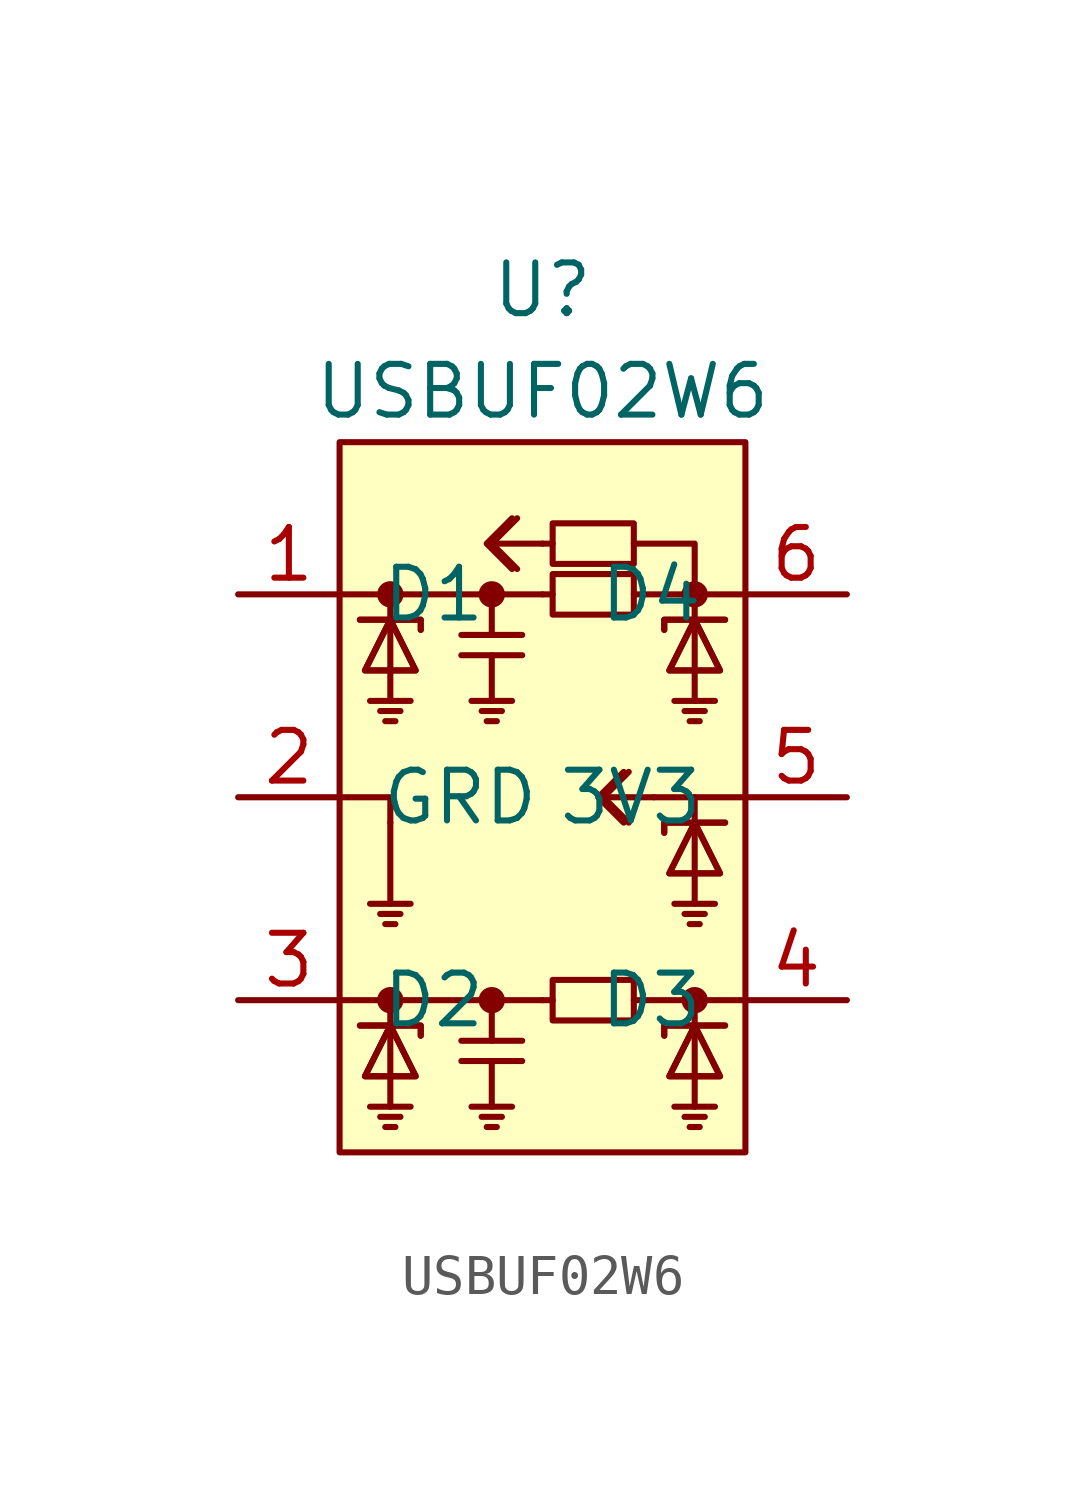
<source format=kicad_sym>
(kicad_symbol_lib
  (version 20211014)
  (generator kicad_symbol_editor)
  (symbol "USBUF02W6"
    (pin_names
      (offset 1.016))
    (property "Reference" "U"
      (at 0 12.7 0)
      (effects (font (size 1.27 1.27))))
    (property "Value" "USBUF02W6"
      (at 0 10.16 0)
      (effects (font (size 1.27 1.27))))
    (symbol "USBUF02W6_0_1"
      (polyline (pts (xy -3.81 -5.08) (xy -5.08 -5.08)) (stroke (width 0) (type default) (color 0 0 0 0)) (fill (type none)))
      (polyline (pts (xy -3.81 5.08) (xy -5.08 5.08)) (stroke (width 0) (type default) (color 0 0 0 0)) (fill (type none)))
      (polyline (pts (xy -2.032 -6.604) (xy -0.508 -6.604)) (stroke (width 0) (type default) (color 0 0 0 0)) (fill (type none)))
      (polyline (pts (xy -2.032 -6.096) (xy -0.508 -6.096)) (stroke (width 0) (type default) (color 0 0 0 0)) (fill (type none)))
      (polyline (pts (xy -1.27 -7.747) (xy -1.27 -6.604)) (stroke (width 0) (type default) (color 0 0 0 0)) (fill (type none)))
      (polyline (pts (xy -1.27 -6.096) (xy -1.27 -5.08)) (stroke (width 0) (type default) (color 0 0 0 0)) (fill (type none)))
      (polyline (pts (xy -1.27 -5.08) (xy 0 -5.08)) (stroke (width 0) (type default) (color 0 0 0 0)) (fill (type none)))
      (polyline (pts (xy 0.254 -5.08) (xy 0 -5.08)) (stroke (width 0) (type default) (color 0 0 0 0)) (fill (type none)))
      (polyline (pts (xy 3.302 -2.667) (xy 4.318 -2.667)) (stroke (width 0) (type default) (color 0 0 0 0)) (fill (type none)))
      (polyline (pts (xy 3.556 -2.921) (xy 4.064 -2.921)) (stroke (width 0) (type default) (color 0 0 0 0)) (fill (type none)))
      (polyline (pts (xy 3.683 -3.175) (xy 3.937 -3.175)) (stroke (width 0) (type default) (color 0 0 0 0)) (fill (type none)))
      (polyline (pts (xy 3.81 -5.08) (xy 2.286 -5.08)) (stroke (width 0) (type default) (color 0 0 0 0)) (fill (type none)))
      (polyline (pts (xy 3.81 -5.08) (xy 5.08 -5.08)) (stroke (width 0) (type default) (color 0 0 0 0)) (fill (type none)))
      (polyline (pts (xy 5.08 0) (xy 3.81 0)) (stroke (width 0) (type default) (color 0 0 0 0)) (fill (type none)))
      (polyline (pts (xy 5.08 5.08) (xy 3.81 5.08)) (stroke (width 0) (type default) (color 0 0 0 0)) (fill (type none)))
      (polyline (pts (xy -5.08 0) (xy -3.81 0) (xy -3.81 -0.635)) (stroke (width 0) (type default) (color 0 0 0 0)) (fill (type none)))
      (polyline (pts (xy 2.286 6.35) (xy 3.81 6.35) (xy 3.81 5.08)) (stroke (width 0) (type default) (color 0 0 0 0)) (fill (type none)))
      (polyline (pts (xy -1.27 6.35) (xy -0.635 6.985) (xy -1.27 6.35) (xy -0.635 5.715)) (stroke (width 0) (type default) (color 0 0 0 0)) (fill (type none)))
      (polyline (pts (xy 0.254 -4.572) (xy 2.286 -4.572) (xy 2.286 -5.588) (xy 0.254 -5.588) (xy 0.254 -4.572)) (stroke (width 0) (type default) (color 0 0 0 0)) (fill (type none)))
      (rectangle (start 5.08 8.89) (end -5.08 -8.89) (stroke (width 0) (type default) (color 0 0 0 0)) (fill (type background))))
    (symbol "USBUF02W6_1_1"
      (circle (center -3.81 -5.08) (radius 0.254) (stroke (width 0) (type default) (color 0 0 0 0)) (fill (type outline)))
      (circle (center -3.81 5.08) (radius 0.254) (stroke (width 0) (type default) (color 0 0 0 0)) (fill (type outline)))
      (circle (center -1.27 -5.08) (radius 0.254) (stroke (width 0) (type default) (color 0 0 0 0)) (fill (type outline)))
      (circle (center -1.27 5.08) (radius 0.254) (stroke (width 0) (type default) (color 0 0 0 0)) (fill (type outline)))
      (polyline (pts (xy -3.81 -5.715) (xy -3.81 -7.747)) (stroke (width 0) (type default) (color 0 0 0 0)) (fill (type none)))
      (polyline (pts (xy -3.81 -5.08) (xy -3.81 -5.715)) (stroke (width 0) (type default) (color 0 0 0 0)) (fill (type none)))
      (polyline (pts (xy -3.81 -5.08) (xy -1.27 -5.08)) (stroke (width 0) (type default) (color 0 0 0 0)) (fill (type none)))
      (polyline (pts (xy -3.81 -0.635) (xy -3.81 -2.667)) (stroke (width 0) (type default) (color 0 0 0 0)) (fill (type none)))
      (polyline (pts (xy -3.81 4.445) (xy -3.81 2.413)) (stroke (width 0) (type default) (color 0 0 0 0)) (fill (type none)))
      (polyline (pts (xy -3.81 5.08) (xy -3.81 4.445)) (stroke (width 0) (type default) (color 0 0 0 0)) (fill (type none)))
      (polyline (pts (xy -3.81 5.08) (xy -1.27 5.08)) (stroke (width 0) (type default) (color 0 0 0 0)) (fill (type none)))
      (polyline (pts (xy -3.683 -8.255) (xy -3.937 -8.255)) (stroke (width 0) (type default) (color 0 0 0 0)) (fill (type none)))
      (polyline (pts (xy -3.683 -3.175) (xy -3.937 -3.175)) (stroke (width 0) (type default) (color 0 0 0 0)) (fill (type none)))
      (polyline (pts (xy -3.683 1.905) (xy -3.937 1.905)) (stroke (width 0) (type default) (color 0 0 0 0)) (fill (type none)))
      (polyline (pts (xy -3.556 -8.001) (xy -4.064 -8.001)) (stroke (width 0) (type default) (color 0 0 0 0)) (fill (type none)))
      (polyline (pts (xy -3.556 -2.921) (xy -4.064 -2.921)) (stroke (width 0) (type default) (color 0 0 0 0)) (fill (type none)))
      (polyline (pts (xy -3.556 2.159) (xy -4.064 2.159)) (stroke (width 0) (type default) (color 0 0 0 0)) (fill (type none)))
      (polyline (pts (xy -3.302 -7.747) (xy -4.318 -7.747)) (stroke (width 0) (type default) (color 0 0 0 0)) (fill (type none)))
      (polyline (pts (xy -3.302 -2.667) (xy -4.318 -2.667)) (stroke (width 0) (type default) (color 0 0 0 0)) (fill (type none)))
      (polyline (pts (xy -3.302 2.413) (xy -4.318 2.413)) (stroke (width 0) (type default) (color 0 0 0 0)) (fill (type none)))
      (polyline (pts (xy -2.032 3.556) (xy -0.508 3.556)) (stroke (width 0) (type default) (color 0 0 0 0)) (fill (type none)))
      (polyline (pts (xy -2.032 4.064) (xy -0.508 4.064)) (stroke (width 0) (type default) (color 0 0 0 0)) (fill (type none)))
      (polyline (pts (xy -1.778 -7.747) (xy -0.762 -7.747)) (stroke (width 0) (type default) (color 0 0 0 0)) (fill (type none)))
      (polyline (pts (xy -1.778 2.413) (xy -0.762 2.413)) (stroke (width 0) (type default) (color 0 0 0 0)) (fill (type none)))
      (polyline (pts (xy -1.524 -8.001) (xy -1.016 -8.001)) (stroke (width 0) (type default) (color 0 0 0 0)) (fill (type none)))
      (polyline (pts (xy -1.524 2.159) (xy -1.016 2.159)) (stroke (width 0) (type default) (color 0 0 0 0)) (fill (type none)))
      (polyline (pts (xy -1.397 -8.255) (xy -1.143 -8.255)) (stroke (width 0) (type default) (color 0 0 0 0)) (fill (type none)))
      (polyline (pts (xy -1.397 1.905) (xy -1.143 1.905)) (stroke (width 0) (type default) (color 0 0 0 0)) (fill (type none)))
      (polyline (pts (xy -1.27 2.413) (xy -1.27 3.556)) (stroke (width 0) (type default) (color 0 0 0 0)) (fill (type none)))
      (polyline (pts (xy -1.27 4.064) (xy -1.27 5.08)) (stroke (width 0) (type default) (color 0 0 0 0)) (fill (type none)))
      (polyline (pts (xy -1.27 5.08) (xy 0 5.08)) (stroke (width 0) (type default) (color 0 0 0 0)) (fill (type none)))
      (polyline (pts (xy -1.27 6.35) (xy 0 6.35)) (stroke (width 0) (type default) (color 0 0 0 0)) (fill (type none)))
      (polyline (pts (xy 0.254 5.08) (xy 0 5.08)) (stroke (width 0) (type default) (color 0 0 0 0)) (fill (type none)))
      (polyline (pts (xy 0.254 6.35) (xy 0 6.35)) (stroke (width 0) (type default) (color 0 0 0 0)) (fill (type none)))
      (polyline (pts (xy 1.524 0) (xy 2.794 0)) (stroke (width 0) (type default) (color 0 0 0 0)) (fill (type none)))
      (polyline (pts (xy 2.794 0) (xy 3.81 0)) (stroke (width 0) (type default) (color 0 0 0 0)) (fill (type none)))
      (polyline (pts (xy 3.302 -7.747) (xy 4.318 -7.747)) (stroke (width 0) (type default) (color 0 0 0 0)) (fill (type none)))
      (polyline (pts (xy 3.302 2.413) (xy 4.318 2.413)) (stroke (width 0) (type default) (color 0 0 0 0)) (fill (type none)))
      (polyline (pts (xy 3.556 -8.001) (xy 4.064 -8.001)) (stroke (width 0) (type default) (color 0 0 0 0)) (fill (type none)))
      (polyline (pts (xy 3.556 2.159) (xy 4.064 2.159)) (stroke (width 0) (type default) (color 0 0 0 0)) (fill (type none)))
      (polyline (pts (xy 3.683 -8.255) (xy 3.937 -8.255)) (stroke (width 0) (type default) (color 0 0 0 0)) (fill (type none)))
      (polyline (pts (xy 3.683 1.905) (xy 3.937 1.905)) (stroke (width 0) (type default) (color 0 0 0 0)) (fill (type none)))
      (polyline (pts (xy 3.81 -5.715) (xy 3.81 -7.747)) (stroke (width 0) (type default) (color 0 0 0 0)) (fill (type none)))
      (polyline (pts (xy 3.81 -5.08) (xy 3.81 -5.715)) (stroke (width 0) (type default) (color 0 0 0 0)) (fill (type none)))
      (polyline (pts (xy 3.81 -0.635) (xy 3.81 -2.667)) (stroke (width 0) (type default) (color 0 0 0 0)) (fill (type none)))
      (polyline (pts (xy 3.81 0) (xy 3.81 -0.635)) (stroke (width 0) (type default) (color 0 0 0 0)) (fill (type none)))
      (polyline (pts (xy 3.81 4.445) (xy 3.81 2.413)) (stroke (width 0) (type default) (color 0 0 0 0)) (fill (type none)))
      (polyline (pts (xy 3.81 5.08) (xy 2.286 5.08)) (stroke (width 0) (type default) (color 0 0 0 0)) (fill (type none)))
      (polyline (pts (xy 3.81 5.08) (xy 3.81 4.445)) (stroke (width 0) (type default) (color 0 0 0 0)) (fill (type none)))
      (polyline (pts (xy -3.81 -5.715) (xy -3.175 -6.985) (xy -4.445 -6.985) (xy -3.81 -5.715)) (stroke (width 0) (type default) (color 0 0 0 0)) (fill (type none)))
      (polyline (pts (xy -3.81 -5.715) (xy -3.175 -6.985) (xy -4.445 -6.985) (xy -3.81 -5.715)) (stroke (width 0) (type default) (color 0 0 0 0)) (fill (type none)))
      (polyline (pts (xy -3.81 4.445) (xy -3.175 3.175) (xy -4.445 3.175) (xy -3.81 4.445)) (stroke (width 0) (type default) (color 0 0 0 0)) (fill (type none)))
      (polyline (pts (xy -3.81 4.445) (xy -3.175 3.175) (xy -4.445 3.175) (xy -3.81 4.445)) (stroke (width 0) (type default) (color 0 0 0 0)) (fill (type none)))
      (polyline (pts (xy -3.048 -5.969) (xy -3.048 -5.715) (xy -4.445 -5.715) (xy -4.572 -5.715)) (stroke (width 0) (type default) (color 0 0 0 0)) (fill (type none)))
      (polyline (pts (xy -3.048 -5.969) (xy -3.048 -5.715) (xy -4.445 -5.715) (xy -4.572 -5.715)) (stroke (width 0) (type default) (color 0 0 0 0)) (fill (type none)))
      (polyline (pts (xy -3.048 4.191) (xy -3.048 4.445) (xy -4.445 4.445) (xy -4.572 4.445)) (stroke (width 0) (type default) (color 0 0 0 0)) (fill (type none)))
      (polyline (pts (xy -3.048 4.191) (xy -3.048 4.445) (xy -4.445 4.445) (xy -4.572 4.445)) (stroke (width 0) (type default) (color 0 0 0 0)) (fill (type none)))
      (polyline (pts (xy -1.397 6.35) (xy -0.762 6.985) (xy -1.397 6.35) (xy -0.762 5.715)) (stroke (width 0) (type default) (color 0 0 0 0)) (fill (type none)))
      (polyline (pts (xy 1.397 0) (xy 2.032 0.635) (xy 1.397 0) (xy 2.032 -0.635)) (stroke (width 0) (type default) (color 0 0 0 0)) (fill (type none)))
      (polyline (pts (xy 1.524 0) (xy 2.159 0.635) (xy 1.524 0) (xy 2.159 -0.635)) (stroke (width 0) (type default) (color 0 0 0 0)) (fill (type none)))
      (polyline (pts (xy 3.048 -5.969) (xy 3.048 -5.715) (xy 4.445 -5.715) (xy 4.572 -5.715)) (stroke (width 0) (type default) (color 0 0 0 0)) (fill (type none)))
      (polyline (pts (xy 3.048 -5.969) (xy 3.048 -5.715) (xy 4.445 -5.715) (xy 4.572 -5.715)) (stroke (width 0) (type default) (color 0 0 0 0)) (fill (type none)))
      (polyline (pts (xy 3.048 -0.889) (xy 3.048 -0.635) (xy 4.445 -0.635) (xy 4.572 -0.635)) (stroke (width 0) (type default) (color 0 0 0 0)) (fill (type none)))
      (polyline (pts (xy 3.048 -0.889) (xy 3.048 -0.635) (xy 4.445 -0.635) (xy 4.572 -0.635)) (stroke (width 0) (type default) (color 0 0 0 0)) (fill (type none)))
      (polyline (pts (xy 3.048 4.191) (xy 3.048 4.445) (xy 4.445 4.445) (xy 4.572 4.445)) (stroke (width 0) (type default) (color 0 0 0 0)) (fill (type none)))
      (polyline (pts (xy 3.048 4.191) (xy 3.048 4.445) (xy 4.445 4.445) (xy 4.572 4.445)) (stroke (width 0) (type default) (color 0 0 0 0)) (fill (type none)))
      (polyline (pts (xy 3.81 -5.715) (xy 3.175 -6.985) (xy 4.445 -6.985) (xy 3.81 -5.715)) (stroke (width 0) (type default) (color 0 0 0 0)) (fill (type none)))
      (polyline (pts (xy 3.81 -5.715) (xy 3.175 -6.985) (xy 4.445 -6.985) (xy 3.81 -5.715)) (stroke (width 0) (type default) (color 0 0 0 0)) (fill (type none)))
      (polyline (pts (xy 3.81 -0.635) (xy 3.175 -1.905) (xy 4.445 -1.905) (xy 3.81 -0.635)) (stroke (width 0) (type default) (color 0 0 0 0)) (fill (type none)))
      (polyline (pts (xy 3.81 -0.635) (xy 3.175 -1.905) (xy 4.445 -1.905) (xy 3.81 -0.635)) (stroke (width 0) (type default) (color 0 0 0 0)) (fill (type none)))
      (polyline (pts (xy 3.81 4.445) (xy 3.175 3.175) (xy 4.445 3.175) (xy 3.81 4.445)) (stroke (width 0) (type default) (color 0 0 0 0)) (fill (type none)))
      (polyline (pts (xy 3.81 4.445) (xy 3.175 3.175) (xy 4.445 3.175) (xy 3.81 4.445)) (stroke (width 0) (type default) (color 0 0 0 0)) (fill (type none)))
      (polyline (pts (xy 0.254 5.588) (xy 2.286 5.588) (xy 2.286 4.572) (xy 0.254 4.572) (xy 0.254 5.588)) (stroke (width 0) (type default) (color 0 0 0 0)) (fill (type none)))
      (polyline (pts (xy 0.254 6.858) (xy 2.286 6.858) (xy 2.286 5.842) (xy 0.254 5.842) (xy 0.254 6.858)) (stroke (width 0) (type default) (color 0 0 0 0)) (fill (type none)))
      (circle (center 3.81 -5.08) (radius 0.254) (stroke (width 0) (type default) (color 0 0 0 0)) (fill (type outline)))
      (circle (center 3.81 5.08) (radius 0.254) (stroke (width 0) (type default) (color 0 0 0 0)) (fill (type outline)))
      (pin passive line (at -7.62 5.08 0) (length 2.54) (name "D1" (effects (font (size 1.27 1.27)))) (number "1" (effects (font (size 1.27 1.27)))))
      (pin passive line (at -7.62 0 0) (length 2.54) (name "GRD" (effects (font (size 1.27 1.27)))) (number "2" (effects (font (size 1.27 1.27)))))
      (pin passive line (at -7.62 -5.08 0) (length 2.54) (name "D2" (effects (font (size 1.27 1.27)))) (number "3" (effects (font (size 1.27 1.27)))))
      (pin passive line (at 7.62 -5.08 180) (length 2.54) (name "D3" (effects (font (size 1.27 1.27)))) (number "4" (effects (font (size 1.27 1.27)))))
      (pin passive line (at 7.62 0 180) (length 2.54) (name "3V3" (effects (font (size 1.27 1.27)))) (number "5" (effects (font (size 1.27 1.27)))))
      (pin passive line (at 7.62 5.08 180) (length 2.54) (name "D4" (effects (font (size 1.27 1.27)))) (number "6" (effects (font (size 1.27 1.27))))))))
</source>
